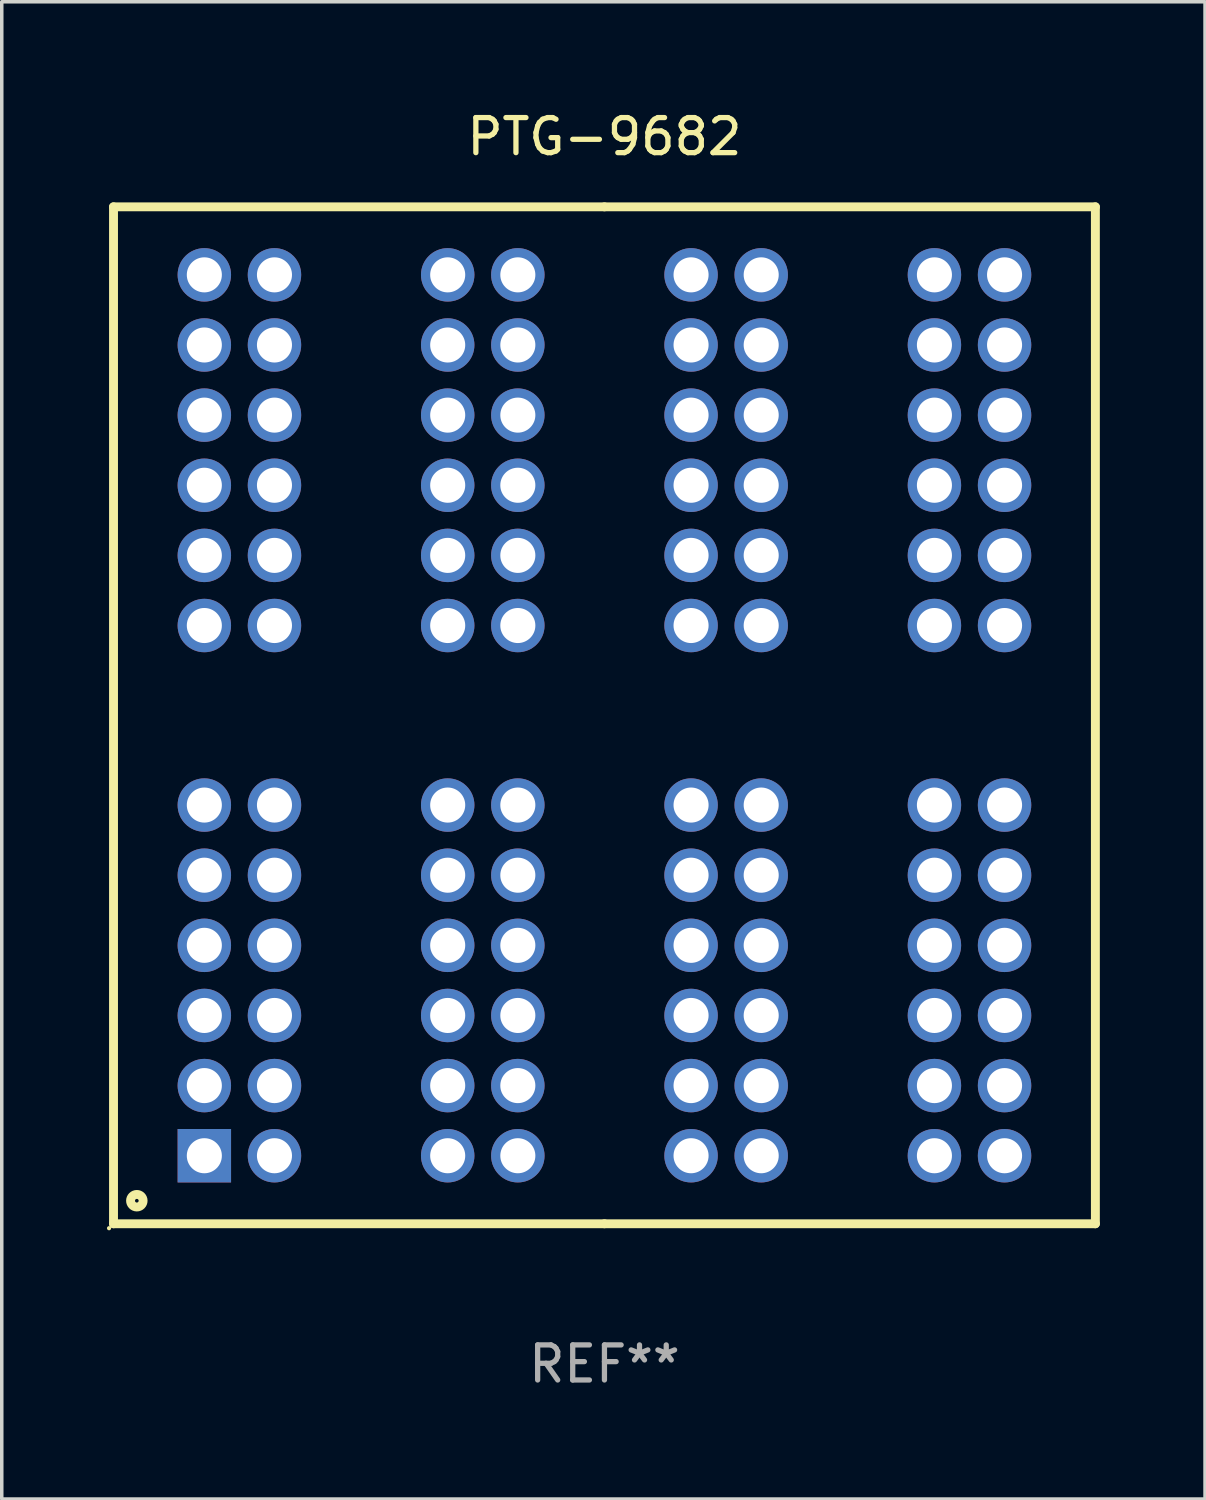
<source format=kicad_pcb>
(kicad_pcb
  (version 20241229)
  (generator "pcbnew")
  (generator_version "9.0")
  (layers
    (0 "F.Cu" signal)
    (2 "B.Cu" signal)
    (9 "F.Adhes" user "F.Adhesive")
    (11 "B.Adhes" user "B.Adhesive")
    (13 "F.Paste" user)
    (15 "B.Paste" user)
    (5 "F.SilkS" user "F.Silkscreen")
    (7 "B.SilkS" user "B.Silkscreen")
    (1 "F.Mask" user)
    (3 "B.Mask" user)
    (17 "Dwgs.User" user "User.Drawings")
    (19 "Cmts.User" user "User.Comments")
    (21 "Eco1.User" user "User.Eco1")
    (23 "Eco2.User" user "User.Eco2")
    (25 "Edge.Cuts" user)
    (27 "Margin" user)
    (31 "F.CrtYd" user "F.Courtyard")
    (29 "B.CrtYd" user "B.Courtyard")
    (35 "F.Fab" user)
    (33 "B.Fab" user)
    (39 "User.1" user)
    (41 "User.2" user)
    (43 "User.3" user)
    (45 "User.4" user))
  (footprint "PTG-9682"
    (layer "F.Cu")
    (at 14.187 17.348)
    (property "Reference" "PTG-9682" (at 0 -16.5 0) (layer "F.SilkS") (effects (font (size 1 1) (thickness 0.15))))
    (attr through_hole)
    (fp_line (start -14 -14.5) (end -14 14.5) (stroke (width 0.254) (type solid)) (layer "F.SilkS"))
    (fp_line (start 0 -14.5) (end -14 -14.5) (stroke (width 0.254) (type solid)) (layer "F.SilkS"))
    (fp_line (start 0 -14.5) (end 14 -14.5) (stroke (width 0.254) (type solid)) (layer "F.SilkS"))
    (fp_line (start 0 14.5) (end -14 14.5) (stroke (width 0.254) (type solid)) (layer "F.SilkS"))
    (fp_line (start 0 14.5) (end 14 14.5) (stroke (width 0.254) (type solid)) (layer "F.SilkS"))
    (fp_line (start 14 -14.5) (end 14 14.5) (stroke (width 0.254) (type solid)) (layer "F.SilkS"))
    (fp_circle (center -14.127 14.627) (end -14.097 14.627) (stroke (width 0.06) (type solid)) (fill no) (layer "F.SilkS"))
    (fp_circle (center -13.335 13.843) (end -13.156 13.843) (stroke (width 0.254) (type solid)) (fill no) (layer "F.SilkS"))
    (fp_text user "REF**" (at 0 18.5 0) (layer "F.Fab") (effects (font (size 1 1) (thickness 0.15))))
    (pad "1" thru_hole rect (at -11.41 12.56) (size 1.524 1.524) (drill 1) (layers "*.Cu" "*.Mask"))
    (pad "2" thru_hole circle (at -11.41 10.56) (size 1.524 1.524) (drill 1) (layers "*.Cu" "*.Mask"))
    (pad "3" thru_hole circle (at -11.41 8.56) (size 1.524 1.524) (drill 1) (layers "*.Cu" "*.Mask"))
    (pad "4" thru_hole circle (at -11.41 6.56) (size 1.524 1.524) (drill 1) (layers "*.Cu" "*.Mask"))
    (pad "5" thru_hole circle (at -11.41 4.56) (size 1.524 1.524) (drill 1) (layers "*.Cu" "*.Mask"))
    (pad "6" thru_hole circle (at -11.41 2.56) (size 1.524 1.524) (drill 1) (layers "*.Cu" "*.Mask"))
    (pad "7" thru_hole circle (at -9.41 12.56) (size 1.524 1.524) (drill 1) (layers "*.Cu" "*.Mask"))
    (pad "8" thru_hole circle (at -9.41 10.56) (size 1.524 1.524) (drill 1) (layers "*.Cu" "*.Mask"))
    (pad "9" thru_hole circle (at -9.41 8.56) (size 1.524 1.524) (drill 1) (layers "*.Cu" "*.Mask"))
    (pad "10" thru_hole circle (at -9.41 6.56) (size 1.524 1.524) (drill 1) (layers "*.Cu" "*.Mask"))
    (pad "11" thru_hole circle (at -9.41 4.56) (size 1.524 1.524) (drill 1) (layers "*.Cu" "*.Mask"))
    (pad "12" thru_hole circle (at -9.41 2.56) (size 1.524 1.524) (drill 1) (layers "*.Cu" "*.Mask"))
    (pad "13" thru_hole circle (at -4.47 12.56) (size 1.524 1.524) (drill 1) (layers "*.Cu" "*.Mask"))
    (pad "14" thru_hole circle (at -4.47 10.56) (size 1.524 1.524) (drill 1) (layers "*.Cu" "*.Mask"))
    (pad "15" thru_hole circle (at -4.47 8.56) (size 1.524 1.524) (drill 1) (layers "*.Cu" "*.Mask"))
    (pad "16" thru_hole circle (at -4.47 6.56) (size 1.524 1.524) (drill 1) (layers "*.Cu" "*.Mask"))
    (pad "17" thru_hole circle (at -4.47 4.56) (size 1.524 1.524) (drill 1) (layers "*.Cu" "*.Mask"))
    (pad "18" thru_hole circle (at -4.47 2.56) (size 1.524 1.524) (drill 1) (layers "*.Cu" "*.Mask"))
    (pad "19" thru_hole circle (at -2.47 12.56) (size 1.524 1.524) (drill 1) (layers "*.Cu" "*.Mask"))
    (pad "20" thru_hole circle (at -2.47 10.56) (size 1.524 1.524) (drill 1) (layers "*.Cu" "*.Mask"))
    (pad "21" thru_hole circle (at -2.47 8.56) (size 1.524 1.524) (drill 1) (layers "*.Cu" "*.Mask"))
    (pad "22" thru_hole circle (at -2.47 6.56) (size 1.524 1.524) (drill 1) (layers "*.Cu" "*.Mask"))
    (pad "23" thru_hole circle (at -2.47 4.56) (size 1.524 1.524) (drill 1) (layers "*.Cu" "*.Mask"))
    (pad "24" thru_hole circle (at -2.47 2.56) (size 1.524 1.524) (drill 1) (layers "*.Cu" "*.Mask"))
    (pad "25" thru_hole circle (at 2.47 12.56) (size 1.524 1.524) (drill 1) (layers "*.Cu" "*.Mask"))
    (pad "26" thru_hole circle (at 2.47 10.56) (size 1.524 1.524) (drill 1) (layers "*.Cu" "*.Mask"))
    (pad "27" thru_hole circle (at 2.47 8.56) (size 1.524 1.524) (drill 1) (layers "*.Cu" "*.Mask"))
    (pad "28" thru_hole circle (at 2.47 6.56) (size 1.524 1.524) (drill 1) (layers "*.Cu" "*.Mask"))
    (pad "29" thru_hole circle (at 2.47 4.56) (size 1.524 1.524) (drill 1) (layers "*.Cu" "*.Mask"))
    (pad "30" thru_hole circle (at 2.47 2.56) (size 1.524 1.524) (drill 1) (layers "*.Cu" "*.Mask"))
    (pad "31" thru_hole circle (at 4.47 12.56) (size 1.524 1.524) (drill 1) (layers "*.Cu" "*.Mask"))
    (pad "32" thru_hole circle (at 4.47 10.56) (size 1.524 1.524) (drill 1) (layers "*.Cu" "*.Mask"))
    (pad "33" thru_hole circle (at 4.47 8.56) (size 1.524 1.524) (drill 1) (layers "*.Cu" "*.Mask"))
    (pad "34" thru_hole circle (at 4.47 6.56) (size 1.524 1.524) (drill 1) (layers "*.Cu" "*.Mask"))
    (pad "35" thru_hole circle (at 4.47 4.56) (size 1.524 1.524) (drill 1) (layers "*.Cu" "*.Mask"))
    (pad "36" thru_hole circle (at 4.47 2.56) (size 1.524 1.524) (drill 1) (layers "*.Cu" "*.Mask"))
    (pad "37" thru_hole circle (at 9.41 12.56) (size 1.524 1.524) (drill 1) (layers "*.Cu" "*.Mask"))
    (pad "38" thru_hole circle (at 9.41 10.56) (size 1.524 1.524) (drill 1) (layers "*.Cu" "*.Mask"))
    (pad "39" thru_hole circle (at 9.41 8.56) (size 1.524 1.524) (drill 1) (layers "*.Cu" "*.Mask"))
    (pad "40" thru_hole circle (at 9.41 6.56) (size 1.524 1.524) (drill 1) (layers "*.Cu" "*.Mask"))
    (pad "41" thru_hole circle (at 9.41 4.56) (size 1.524 1.524) (drill 1) (layers "*.Cu" "*.Mask"))
    (pad "42" thru_hole circle (at 9.41 2.56) (size 1.524 1.524) (drill 1) (layers "*.Cu" "*.Mask"))
    (pad "43" thru_hole circle (at 11.41 12.56) (size 1.524 1.524) (drill 1) (layers "*.Cu" "*.Mask"))
    (pad "44" thru_hole circle (at 11.41 10.56) (size 1.524 1.524) (drill 1) (layers "*.Cu" "*.Mask"))
    (pad "45" thru_hole circle (at 11.41 8.56) (size 1.524 1.524) (drill 1) (layers "*.Cu" "*.Mask"))
    (pad "46" thru_hole circle (at 11.41 6.56) (size 1.524 1.524) (drill 1) (layers "*.Cu" "*.Mask"))
    (pad "47" thru_hole circle (at 11.41 4.56) (size 1.524 1.524) (drill 1) (layers "*.Cu" "*.Mask"))
    (pad "48" thru_hole circle (at 11.41 2.56) (size 1.524 1.524) (drill 1) (layers "*.Cu" "*.Mask"))
    (pad "49" thru_hole circle (at 11.41 -12.56) (size 1.524 1.524) (drill 1) (layers "*.Cu" "*.Mask"))
    (pad "50" thru_hole circle (at 11.41 -10.56) (size 1.524 1.524) (drill 1) (layers "*.Cu" "*.Mask"))
    (pad "51" thru_hole circle (at 11.41 -8.56) (size 1.524 1.524) (drill 1) (layers "*.Cu" "*.Mask"))
    (pad "52" thru_hole circle (at 11.41 -6.56) (size 1.524 1.524) (drill 1) (layers "*.Cu" "*.Mask"))
    (pad "53" thru_hole circle (at 11.41 -4.56) (size 1.524 1.524) (drill 1) (layers "*.Cu" "*.Mask"))
    (pad "54" thru_hole circle (at 11.41 -2.56) (size 1.524 1.524) (drill 1) (layers "*.Cu" "*.Mask"))
    (pad "55" thru_hole circle (at 9.41 -12.56) (size 1.524 1.524) (drill 1) (layers "*.Cu" "*.Mask"))
    (pad "56" thru_hole circle (at 9.41 -10.56) (size 1.524 1.524) (drill 1) (layers "*.Cu" "*.Mask"))
    (pad "57" thru_hole circle (at 9.41 -8.56) (size 1.524 1.524) (drill 1) (layers "*.Cu" "*.Mask"))
    (pad "58" thru_hole circle (at 9.41 -6.56) (size 1.524 1.524) (drill 1) (layers "*.Cu" "*.Mask"))
    (pad "59" thru_hole circle (at 9.41 -4.56) (size 1.524 1.524) (drill 1) (layers "*.Cu" "*.Mask"))
    (pad "60" thru_hole circle (at 9.41 -2.56) (size 1.524 1.524) (drill 1) (layers "*.Cu" "*.Mask"))
    (pad "61" thru_hole circle (at 4.47 -12.56) (size 1.524 1.524) (drill 1) (layers "*.Cu" "*.Mask"))
    (pad "62" thru_hole circle (at 4.47 -10.56) (size 1.524 1.524) (drill 1) (layers "*.Cu" "*.Mask"))
    (pad "63" thru_hole circle (at 4.47 -8.56) (size 1.524 1.524) (drill 1) (layers "*.Cu" "*.Mask"))
    (pad "64" thru_hole circle (at 4.47 -6.56) (size 1.524 1.524) (drill 1) (layers "*.Cu" "*.Mask"))
    (pad "65" thru_hole circle (at 4.47 -4.56) (size 1.524 1.524) (drill 1) (layers "*.Cu" "*.Mask"))
    (pad "66" thru_hole circle (at 4.47 -2.56) (size 1.524 1.524) (drill 1) (layers "*.Cu" "*.Mask"))
    (pad "67" thru_hole circle (at 2.47 -12.56) (size 1.524 1.524) (drill 1) (layers "*.Cu" "*.Mask"))
    (pad "68" thru_hole circle (at 2.47 -10.56) (size 1.524 1.524) (drill 1) (layers "*.Cu" "*.Mask"))
    (pad "69" thru_hole circle (at 2.47 -8.56) (size 1.524 1.524) (drill 1) (layers "*.Cu" "*.Mask"))
    (pad "70" thru_hole circle (at 2.47 -6.56) (size 1.524 1.524) (drill 1) (layers "*.Cu" "*.Mask"))
    (pad "71" thru_hole circle (at 2.47 -4.56) (size 1.524 1.524) (drill 1) (layers "*.Cu" "*.Mask"))
    (pad "72" thru_hole circle (at 2.47 -2.56) (size 1.524 1.524) (drill 1) (layers "*.Cu" "*.Mask"))
    (pad "73" thru_hole circle (at -2.47 -12.56) (size 1.524 1.524) (drill 1) (layers "*.Cu" "*.Mask"))
    (pad "74" thru_hole circle (at -2.47 -10.56) (size 1.524 1.524) (drill 1) (layers "*.Cu" "*.Mask"))
    (pad "75" thru_hole circle (at -2.47 -8.56) (size 1.524 1.524) (drill 1) (layers "*.Cu" "*.Mask"))
    (pad "76" thru_hole circle (at -2.47 -6.56) (size 1.524 1.524) (drill 1) (layers "*.Cu" "*.Mask"))
    (pad "77" thru_hole circle (at -2.47 -4.56) (size 1.524 1.524) (drill 1) (layers "*.Cu" "*.Mask"))
    (pad "78" thru_hole circle (at -2.47 -2.56) (size 1.524 1.524) (drill 1) (layers "*.Cu" "*.Mask"))
    (pad "79" thru_hole circle (at -4.47 -12.56) (size 1.524 1.524) (drill 1) (layers "*.Cu" "*.Mask"))
    (pad "80" thru_hole circle (at -4.47 -10.56) (size 1.524 1.524) (drill 1) (layers "*.Cu" "*.Mask"))
    (pad "81" thru_hole circle (at -4.47 -8.56) (size 1.524 1.524) (drill 1) (layers "*.Cu" "*.Mask"))
    (pad "82" thru_hole circle (at -4.47 -6.56) (size 1.524 1.524) (drill 1) (layers "*.Cu" "*.Mask"))
    (pad "83" thru_hole circle (at -4.47 -4.56) (size 1.524 1.524) (drill 1) (layers "*.Cu" "*.Mask"))
    (pad "84" thru_hole circle (at -4.47 -2.56) (size 1.524 1.524) (drill 1) (layers "*.Cu" "*.Mask"))
    (pad "85" thru_hole circle (at -9.41 -12.56) (size 1.524 1.524) (drill 1) (layers "*.Cu" "*.Mask"))
    (pad "86" thru_hole circle (at -9.41 -10.56) (size 1.524 1.524) (drill 1) (layers "*.Cu" "*.Mask"))
    (pad "87" thru_hole circle (at -9.41 -8.56) (size 1.524 1.524) (drill 1) (layers "*.Cu" "*.Mask"))
    (pad "88" thru_hole circle (at -9.41 -6.56) (size 1.524 1.524) (drill 1) (layers "*.Cu" "*.Mask"))
    (pad "89" thru_hole circle (at -9.41 -4.56) (size 1.524 1.524) (drill 1) (layers "*.Cu" "*.Mask"))
    (pad "90" thru_hole circle (at -9.41 -2.56) (size 1.524 1.524) (drill 1) (layers "*.Cu" "*.Mask"))
    (pad "91" thru_hole circle (at -11.41 -12.56) (size 1.524 1.524) (drill 1) (layers "*.Cu" "*.Mask"))
    (pad "92" thru_hole circle (at -11.41 -10.56) (size 1.524 1.524) (drill 1) (layers "*.Cu" "*.Mask"))
    (pad "93" thru_hole circle (at -11.41 -8.56) (size 1.524 1.524) (drill 1) (layers "*.Cu" "*.Mask"))
    (pad "94" thru_hole circle (at -11.41 -6.56) (size 1.524 1.524) (drill 1) (layers "*.Cu" "*.Mask"))
    (pad "95" thru_hole circle (at -11.41 -4.56) (size 1.524 1.524) (drill 1) (layers "*.Cu" "*.Mask"))
    (pad "96" thru_hole circle (at -11.41 -2.56) (size 1.524 1.524) (drill 1) (layers "*.Cu" "*.Mask")))
  (gr_rect
    (start -3 -3)
    (end 31.314 39.697)
    (stroke (width 0.1) (type default))
    (fill no)
    (layer "Edge.Cuts")))
</source>
